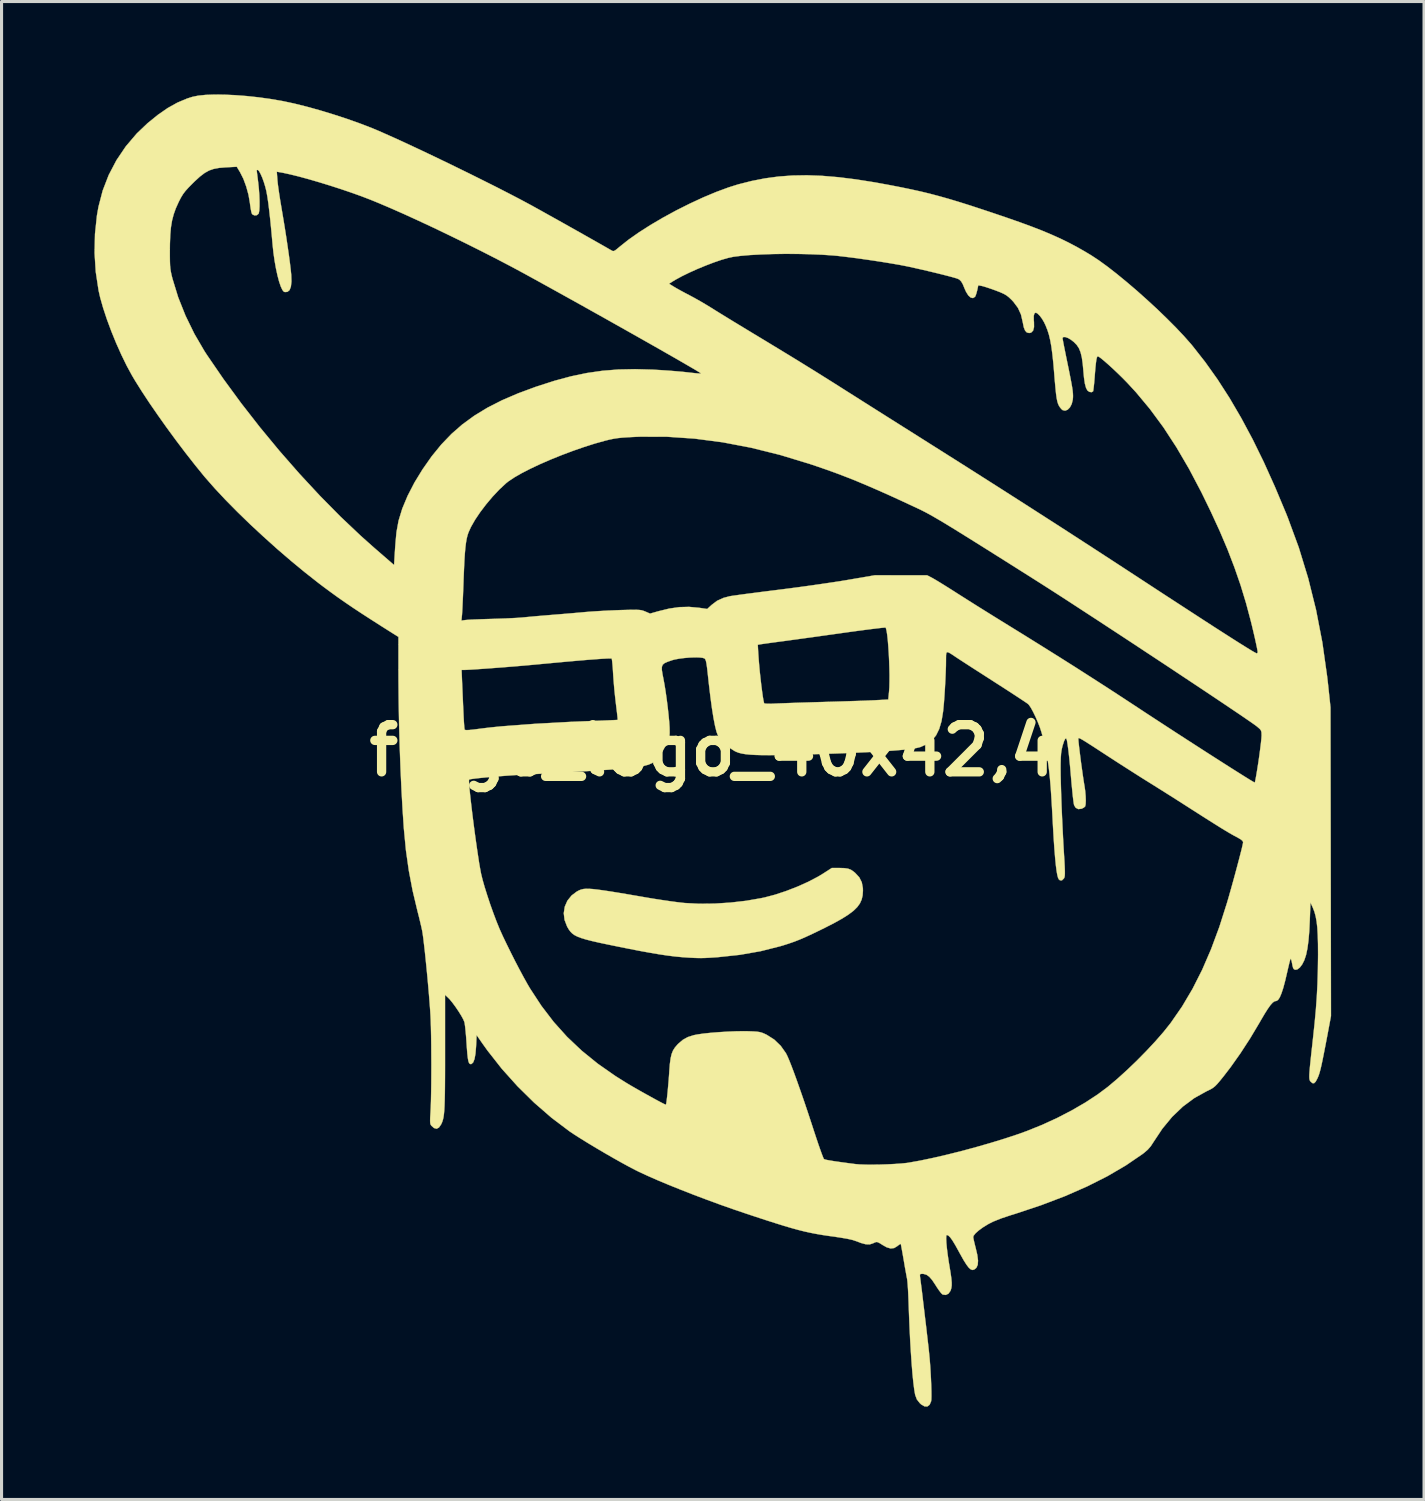
<source format=kicad_pcb>
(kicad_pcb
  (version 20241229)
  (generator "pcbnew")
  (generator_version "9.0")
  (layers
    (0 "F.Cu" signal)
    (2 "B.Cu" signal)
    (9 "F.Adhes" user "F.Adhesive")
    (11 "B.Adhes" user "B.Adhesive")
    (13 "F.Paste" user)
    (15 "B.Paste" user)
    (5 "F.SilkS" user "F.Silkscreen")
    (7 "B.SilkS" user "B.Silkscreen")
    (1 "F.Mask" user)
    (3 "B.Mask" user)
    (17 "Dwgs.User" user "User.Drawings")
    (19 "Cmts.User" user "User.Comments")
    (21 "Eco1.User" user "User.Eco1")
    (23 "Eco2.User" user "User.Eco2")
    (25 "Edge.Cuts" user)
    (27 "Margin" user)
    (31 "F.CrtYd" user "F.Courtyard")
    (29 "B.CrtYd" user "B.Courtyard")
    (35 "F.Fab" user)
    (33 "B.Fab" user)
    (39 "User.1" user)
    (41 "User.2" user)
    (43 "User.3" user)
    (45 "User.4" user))
  (footprint "figge_logo_40x42,4"
    (layer "F.Cu")
    (at 19.979 21.19)
    (property "Reference" "figge_logo_40x42,4" (at 0 0 0) (layer "F.SilkS") (effects (font (size 1.524 1.524) (thickness 0.3))))
    (attr through_hole)
    (fp_poly (pts (xy 4.241 3.799) (xy 4.359 3.816) (xy 4.453 3.851) (xy 4.542 3.912) (xy 4.592 3.954) (xy 4.725 4.098) (xy 4.805 4.257) (xy 4.84 4.447) (xy 4.842 4.531) (xy 4.832 4.678) (xy 4.801 4.812) (xy 4.745 4.937) (xy 4.659 5.056) (xy 4.538 5.175) (xy 4.378 5.296) (xy 4.176 5.425) (xy 3.925 5.565) (xy 3.622 5.721) (xy 3.465 5.798) (xy 3.207 5.923) (xy 2.99 6.023) (xy 2.801 6.105) (xy 2.625 6.174) (xy 2.449 6.235) (xy 2.258 6.296) (xy 2.176 6.32) (xy 1.539 6.481) (xy 0.865 6.599) (xy 0.165 6.674) (xy 0.094 6.679) (xy -0.101 6.692) (xy -0.252 6.7) (xy -0.378 6.703) (xy -0.497 6.702) (xy -0.63 6.697) (xy -0.784 6.689) (xy -1.001 6.674) (xy -1.228 6.652) (xy -1.471 6.622) (xy -1.739 6.582) (xy -2.039 6.531) (xy -2.38 6.469) (xy -2.769 6.393) (xy -3.057 6.335) (xy -3.398 6.265) (xy -3.683 6.205) (xy -3.918 6.151) (xy -4.109 6.102) (xy -4.262 6.055) (xy -4.382 6.009) (xy -4.477 5.96) (xy -4.55 5.906) (xy -4.609 5.846) (xy -4.66 5.776) (xy -4.707 5.695) (xy -4.713 5.684) (xy -4.795 5.471) (xy -4.82 5.255) (xy -4.788 5.045) (xy -4.704 4.852) (xy -4.568 4.683) (xy -4.407 4.561) (xy -4.352 4.53) (xy -4.299 4.505) (xy -4.242 4.486) (xy -4.177 4.472) (xy -4.099 4.466) (xy -4.001 4.467) (xy -3.881 4.475) (xy -3.731 4.492) (xy -3.548 4.517) (xy -3.326 4.55) (xy -3.061 4.593) (xy -2.746 4.646) (xy -2.377 4.709) (xy -2.148 4.749) (xy -1.901 4.79) (xy -1.647 4.829) (xy -1.402 4.865) (xy -1.181 4.895) (xy -0.997 4.917) (xy -0.909 4.926) (xy -0.448 4.95) (xy 0.049 4.945) (xy 0.56 4.912) (xy 1.068 4.854) (xy 1.551 4.77) (xy 1.662 4.747) (xy 2.003 4.657) (xy 2.363 4.538) (xy 2.726 4.397) (xy 3.073 4.241) (xy 3.385 4.078) (xy 3.548 3.98) (xy 3.837 3.794) (xy 4.08 3.794) (xy 4.241 3.799)) (stroke (width 0.01) (type solid)) (fill yes) (layer "F.SilkS"))
    (fp_poly (pts (xy -15.782 -21.182) (xy -15.433 -21.166) (xy -15.063 -21.138) (xy -14.682 -21.097) (xy -14.298 -21.044) (xy -13.918 -20.979) (xy -13.892 -20.974) (xy -13.527 -20.896) (xy -13.122 -20.795) (xy -12.69 -20.675) (xy -12.247 -20.54) (xy -11.807 -20.396) (xy -11.386 -20.246) (xy -10.998 -20.096) (xy -10.803 -20.014) (xy -10.468 -19.866) (xy -10.089 -19.695) (xy -9.676 -19.503) (xy -9.237 -19.296) (xy -8.781 -19.078) (xy -8.319 -18.854) (xy -7.857 -18.628) (xy -7.407 -18.404) (xy -6.976 -18.188) (xy -6.575 -17.982) (xy -6.212 -17.793) (xy -5.896 -17.623) (xy -5.864 -17.606) (xy -5.72 -17.526) (xy -5.535 -17.424) (xy -5.318 -17.302) (xy -5.077 -17.168) (xy -4.82 -17.024) (xy -4.557 -16.876) (xy -4.295 -16.729) (xy -4.044 -16.587) (xy -3.811 -16.455) (xy -3.606 -16.339) (xy -3.436 -16.242) (xy -3.311 -16.17) (xy -3.288 -16.157) (xy -3.244 -16.134) (xy -3.206 -16.131) (xy -3.159 -16.154) (xy -3.09 -16.208) (xy -3.021 -16.266) (xy -2.735 -16.494) (xy -2.397 -16.732) (xy -2.02 -16.973) (xy -1.613 -17.212) (xy -1.187 -17.444) (xy -0.752 -17.662) (xy -0.319 -17.863) (xy 0.101 -18.039) (xy 0.499 -18.186) (xy 0.81 -18.284) (xy 1.245 -18.394) (xy 1.678 -18.479) (xy 2.115 -18.538) (xy 2.564 -18.571) (xy 3.032 -18.579) (xy 3.524 -18.561) (xy 4.049 -18.517) (xy 4.612 -18.447) (xy 5.22 -18.351) (xy 5.707 -18.262) (xy 6.067 -18.192) (xy 6.396 -18.124) (xy 6.704 -18.056) (xy 7.003 -17.984) (xy 7.301 -17.905) (xy 7.61 -17.818) (xy 7.94 -17.719) (xy 8.302 -17.605) (xy 8.704 -17.473) (xy 9.002 -17.374) (xy 9.48 -17.212) (xy 9.904 -17.064) (xy 10.283 -16.925) (xy 10.623 -16.793) (xy 10.931 -16.664) (xy 11.216 -16.536) (xy 11.484 -16.405) (xy 11.744 -16.268) (xy 12.001 -16.122) (xy 12.214 -15.994) (xy 12.457 -15.834) (xy 12.733 -15.634) (xy 13.035 -15.399) (xy 13.354 -15.137) (xy 13.684 -14.856) (xy 14.015 -14.56) (xy 14.342 -14.259) (xy 14.655 -13.957) (xy 14.948 -13.663) (xy 15.212 -13.383) (xy 15.441 -13.124) (xy 15.481 -13.076) (xy 15.895 -12.549) (xy 16.295 -11.987) (xy 16.682 -11.386) (xy 17.059 -10.741) (xy 17.429 -10.05) (xy 17.792 -9.309) (xy 18.151 -8.512) (xy 18.509 -7.658) (xy 18.562 -7.526) (xy 18.918 -6.559) (xy 19.222 -5.566) (xy 19.476 -4.545) (xy 19.68 -3.491) (xy 19.834 -2.401) (xy 19.865 -2.132) (xy 19.943 -1.395) (xy 19.951 3.59) (xy 19.959 8.576) (xy 19.841 9.204) (xy 19.782 9.513) (xy 19.732 9.768) (xy 19.691 9.975) (xy 19.656 10.141) (xy 19.626 10.272) (xy 19.599 10.375) (xy 19.574 10.458) (xy 19.549 10.526) (xy 19.523 10.586) (xy 19.465 10.695) (xy 19.413 10.746) (xy 19.359 10.743) (xy 19.301 10.693) (xy 19.284 10.672) (xy 19.271 10.644) (xy 19.263 10.606) (xy 19.259 10.549) (xy 19.26 10.47) (xy 19.267 10.361) (xy 19.279 10.218) (xy 19.298 10.034) (xy 19.322 9.803) (xy 19.354 9.519) (xy 19.378 9.298) (xy 19.43 8.811) (xy 19.471 8.369) (xy 19.501 7.953) (xy 19.522 7.548) (xy 19.535 7.135) (xy 19.541 6.698) (xy 19.542 6.584) (xy 19.54 6.245) (xy 19.532 5.96) (xy 19.518 5.722) (xy 19.495 5.523) (xy 19.464 5.354) (xy 19.424 5.207) (xy 19.372 5.075) (xy 19.368 5.064) (xy 19.296 4.908) (xy 19.275 5.472) (xy 19.258 5.834) (xy 19.232 6.14) (xy 19.198 6.394) (xy 19.154 6.603) (xy 19.098 6.772) (xy 19.03 6.907) (xy 18.953 7.009) (xy 18.87 7.071) (xy 18.807 7.081) (xy 18.765 7.066) (xy 18.737 7.025) (xy 18.715 6.945) (xy 18.704 6.883) (xy 18.685 6.79) (xy 18.666 6.734) (xy 18.653 6.726) (xy 18.639 6.768) (xy 18.615 6.857) (xy 18.585 6.982) (xy 18.551 7.129) (xy 18.55 7.134) (xy 18.481 7.43) (xy 18.418 7.667) (xy 18.358 7.848) (xy 18.303 7.977) (xy 18.249 8.056) (xy 18.196 8.089) (xy 18.182 8.09) (xy 18.131 8.103) (xy 18.073 8.146) (xy 18.005 8.222) (xy 17.922 8.338) (xy 17.82 8.499) (xy 17.696 8.709) (xy 17.65 8.79) (xy 17.348 9.296) (xy 17.033 9.781) (xy 16.716 10.229) (xy 16.495 10.516) (xy 16.38 10.659) (xy 16.292 10.762) (xy 16.221 10.836) (xy 16.154 10.891) (xy 16.08 10.937) (xy 15.989 10.983) (xy 15.941 11.005) (xy 15.545 11.225) (xy 15.174 11.501) (xy 14.828 11.832) (xy 14.512 12.215) (xy 14.233 12.635) (xy 14.14 12.778) (xy 14.042 12.891) (xy 13.918 12.998) (xy 13.869 13.035) (xy 13.334 13.4) (xy 12.739 13.748) (xy 12.084 14.078) (xy 11.371 14.391) (xy 10.598 14.685) (xy 9.767 14.962) (xy 9.626 15.005) (xy 9.305 15.112) (xy 9.044 15.217) (xy 8.891 15.295) (xy 8.723 15.398) (xy 8.582 15.501) (xy 8.477 15.594) (xy 8.416 15.673) (xy 8.404 15.714) (xy 8.412 15.767) (xy 8.433 15.864) (xy 8.463 15.988) (xy 8.482 16.061) (xy 8.536 16.293) (xy 8.559 16.475) (xy 8.55 16.609) (xy 8.51 16.7) (xy 8.498 16.714) (xy 8.44 16.761) (xy 8.384 16.778) (xy 8.326 16.76) (xy 8.261 16.704) (xy 8.185 16.604) (xy 8.093 16.458) (xy 7.982 16.26) (xy 7.935 16.174) (xy 7.825 15.975) (xy 7.736 15.828) (xy 7.664 15.728) (xy 7.606 15.67) (xy 7.557 15.648) (xy 7.549 15.648) (xy 7.534 15.677) (xy 7.53 15.761) (xy 7.536 15.892) (xy 7.552 16.063) (xy 7.577 16.266) (xy 7.61 16.494) (xy 7.636 16.651) (xy 7.673 16.874) (xy 7.697 17.046) (xy 7.709 17.178) (xy 7.709 17.279) (xy 7.698 17.36) (xy 7.677 17.432) (xy 7.669 17.451) (xy 7.605 17.542) (xy 7.518 17.584) (xy 7.423 17.572) (xy 7.41 17.565) (xy 7.368 17.526) (xy 7.306 17.446) (xy 7.232 17.338) (xy 7.186 17.265) (xy 7.079 17.104) (xy 6.985 16.996) (xy 6.893 16.931) (xy 6.796 16.904) (xy 6.755 16.902) (xy 6.701 16.907) (xy 6.682 16.934) (xy 6.686 17) (xy 6.689 17.02) (xy 6.699 17.092) (xy 6.715 17.218) (xy 6.737 17.387) (xy 6.762 17.592) (xy 6.789 17.824) (xy 6.819 18.072) (xy 6.849 18.328) (xy 6.88 18.583) (xy 6.908 18.828) (xy 6.934 19.055) (xy 6.957 19.252) (xy 6.974 19.413) (xy 6.977 19.442) (xy 6.996 19.636) (xy 7.013 19.85) (xy 7.027 20.074) (xy 7.039 20.296) (xy 7.048 20.507) (xy 7.053 20.696) (xy 7.054 20.852) (xy 7.051 20.965) (xy 7.044 21.019) (xy 6.996 21.13) (xy 6.923 21.186) (xy 6.832 21.183) (xy 6.727 21.123) (xy 6.68 21.08) (xy 6.585 20.96) (xy 6.532 20.819) (xy 6.527 20.8) (xy 6.499 20.636) (xy 6.471 20.415) (xy 6.443 20.141) (xy 6.417 19.819) (xy 6.392 19.454) (xy 6.368 19.051) (xy 6.347 18.614) (xy 6.328 18.149) (xy 6.317 17.827) (xy 6.309 17.625) (xy 6.3 17.435) (xy 6.289 17.269) (xy 6.278 17.141) (xy 6.268 17.062) (xy 6.267 17.059) (xy 6.251 16.978) (xy 6.228 16.85) (xy 6.199 16.691) (xy 6.169 16.514) (xy 6.155 16.432) (xy 6.126 16.265) (xy 6.1 16.121) (xy 6.08 16.012) (xy 6.067 15.947) (xy 6.063 15.934) (xy 6.037 15.944) (xy 5.98 15.985) (xy 5.957 16.004) (xy 5.851 16.069) (xy 5.739 16.083) (xy 5.611 16.046) (xy 5.488 15.977) (xy 5.388 15.914) (xy 5.322 15.88) (xy 5.273 15.874) (xy 5.221 15.891) (xy 5.168 15.917) (xy 5.061 15.951) (xy 4.933 15.947) (xy 4.774 15.904) (xy 4.657 15.858) (xy 4.518 15.811) (xy 4.33 15.768) (xy 4.085 15.727) (xy 3.982 15.712) (xy 3.747 15.679) (xy 3.534 15.647) (xy 3.336 15.613) (xy 3.146 15.576) (xy 2.954 15.534) (xy 2.755 15.484) (xy 2.54 15.425) (xy 2.302 15.355) (xy 2.033 15.271) (xy 1.725 15.173) (xy 1.371 15.057) (xy 1.082 14.961) (xy 0.668 14.821) (xy 0.242 14.671) (xy -0.189 14.513) (xy -0.616 14.352) (xy -1.03 14.19) (xy -1.423 14.032) (xy -1.786 13.88) (xy -2.111 13.737) (xy -2.388 13.609) (xy -2.509 13.549) (xy -2.712 13.443) (xy -2.95 13.313) (xy -3.21 13.167) (xy -3.483 13.01) (xy -3.755 12.85) (xy -4.018 12.692) (xy -4.258 12.544) (xy -4.466 12.412) (xy -4.63 12.303) (xy -4.635 12.299) (xy -5.213 11.863) (xy -5.776 11.374) (xy -6.316 10.842) (xy -6.823 10.277) (xy -7.286 9.688) (xy -7.448 9.461) (xy -7.636 9.19) (xy -7.653 9.557) (xy -7.672 9.791) (xy -7.703 9.963) (xy -7.747 10.075) (xy -7.803 10.125) (xy -7.825 10.129) (xy -7.856 10.12) (xy -7.881 10.089) (xy -7.902 10.029) (xy -7.919 9.932) (xy -7.935 9.792) (xy -7.95 9.601) (xy -7.961 9.439) (xy -7.974 9.25) (xy -7.99 9.076) (xy -8.005 8.928) (xy -8.02 8.819) (xy -8.029 8.772) (xy -8.066 8.683) (xy -8.133 8.561) (xy -8.221 8.42) (xy -8.319 8.276) (xy -8.417 8.143) (xy -8.506 8.035) (xy -8.542 7.998) (xy -8.655 7.89) (xy -8.655 9.74) (xy -8.655 10.158) (xy -8.656 10.518) (xy -8.658 10.825) (xy -8.661 11.084) (xy -8.666 11.3) (xy -8.672 11.479) (xy -8.68 11.625) (xy -8.691 11.743) (xy -8.704 11.838) (xy -8.721 11.915) (xy -8.74 11.979) (xy -8.763 12.036) (xy -8.782 12.076) (xy -8.852 12.177) (xy -8.927 12.216) (xy -9.011 12.193) (xy -9.099 12.115) (xy -9.12 12.083) (xy -9.133 12.037) (xy -9.137 11.966) (xy -9.135 11.858) (xy -9.125 11.701) (xy -9.124 11.681) (xy -9.116 11.52) (xy -9.109 11.307) (xy -9.104 11.052) (xy -9.1 10.764) (xy -9.098 10.454) (xy -9.097 10.133) (xy -9.099 9.81) (xy -9.101 9.495) (xy -9.105 9.199) (xy -9.111 8.932) (xy -9.118 8.705) (xy -9.124 8.576) (xy -9.136 8.382) (xy -9.153 8.149) (xy -9.174 7.889) (xy -9.198 7.611) (xy -9.224 7.323) (xy -9.252 7.034) (xy -9.28 6.755) (xy -9.307 6.494) (xy -9.334 6.26) (xy -9.357 6.064) (xy -9.378 5.913) (xy -9.391 5.833) (xy -9.417 5.71) (xy -9.455 5.548) (xy -9.499 5.366) (xy -9.545 5.186) (xy -9.548 5.174) (xy -9.703 4.521) (xy -9.825 3.879) (xy -9.918 3.223) (xy -9.984 2.532) (xy -9.986 2.507) (xy -10.026 1.911) (xy -10.062 1.266) (xy -10.075 0.977) (xy -7.883 0.977) (xy -7.879 1.069) (xy -7.868 1.208) (xy -7.85 1.388) (xy -7.827 1.601) (xy -7.799 1.84) (xy -7.768 2.097) (xy -7.734 2.366) (xy -7.698 2.639) (xy -7.661 2.908) (xy -7.624 3.168) (xy -7.588 3.409) (xy -7.555 3.626) (xy -7.523 3.81) (xy -7.496 3.955) (xy -7.491 3.98) (xy -7.443 4.176) (xy -7.375 4.415) (xy -7.291 4.682) (xy -7.198 4.963) (xy -7.098 5.243) (xy -6.998 5.509) (xy -6.902 5.745) (xy -6.884 5.786) (xy -6.789 5.997) (xy -6.671 6.243) (xy -6.539 6.511) (xy -6.4 6.787) (xy -6.259 7.058) (xy -6.124 7.31) (xy -6.002 7.529) (xy -5.912 7.683) (xy -5.543 8.247) (xy -5.146 8.766) (xy -4.714 9.247) (xy -4.242 9.694) (xy -3.723 10.115) (xy -3.152 10.514) (xy -2.803 10.733) (xy -2.671 10.812) (xy -2.517 10.901) (xy -2.349 10.997) (xy -2.176 11.094) (xy -2.006 11.188) (xy -1.85 11.274) (xy -1.714 11.347) (xy -1.608 11.402) (xy -1.541 11.434) (xy -1.521 11.441) (xy -1.511 11.403) (xy -1.498 11.313) (xy -1.482 11.18) (xy -1.465 11.016) (xy -1.448 10.829) (xy -1.431 10.63) (xy -1.416 10.43) (xy -1.412 10.357) (xy -1.394 10.126) (xy -1.37 9.947) (xy -1.338 9.807) (xy -1.293 9.693) (xy -1.231 9.594) (xy -1.148 9.497) (xy -1.119 9.468) (xy -0.974 9.344) (xy -0.815 9.256) (xy -0.625 9.195) (xy -0.504 9.171) (xy -0.312 9.143) (xy -0.074 9.118) (xy 0.191 9.097) (xy 0.467 9.08) (xy 0.737 9.069) (xy 0.983 9.065) (xy 1.131 9.067) (xy 1.298 9.073) (xy 1.419 9.081) (xy 1.51 9.095) (xy 1.589 9.117) (xy 1.671 9.152) (xy 1.736 9.183) (xy 1.977 9.336) (xy 2.186 9.537) (xy 2.354 9.774) (xy 2.397 9.859) (xy 2.454 9.989) (xy 2.527 10.172) (xy 2.615 10.404) (xy 2.714 10.677) (xy 2.823 10.986) (xy 2.94 11.324) (xy 3.062 11.686) (xy 3.187 12.065) (xy 3.257 12.281) (xy 3.331 12.505) (xy 3.4 12.711) (xy 3.463 12.89) (xy 3.515 13.034) (xy 3.555 13.137) (xy 3.579 13.189) (xy 3.582 13.194) (xy 3.612 13.207) (xy 3.673 13.223) (xy 3.772 13.241) (xy 3.912 13.264) (xy 4.1 13.291) (xy 4.341 13.324) (xy 4.594 13.357) (xy 4.735 13.369) (xy 4.923 13.376) (xy 5.146 13.377) (xy 5.387 13.374) (xy 5.634 13.366) (xy 5.871 13.354) (xy 6.084 13.339) (xy 6.26 13.321) (xy 6.313 13.313) (xy 6.689 13.246) (xy 7.109 13.158) (xy 7.562 13.053) (xy 8.033 12.935) (xy 8.509 12.806) (xy 8.978 12.671) (xy 9.427 12.533) (xy 9.842 12.396) (xy 10.144 12.287) (xy 10.635 12.089) (xy 11.12 11.866) (xy 11.588 11.623) (xy 12.028 11.368) (xy 12.427 11.106) (xy 12.747 10.867) (xy 13.05 10.612) (xy 13.365 10.327) (xy 13.684 10.022) (xy 13.994 9.707) (xy 14.286 9.394) (xy 14.548 9.094) (xy 14.769 8.817) (xy 14.785 8.796) (xy 15.148 8.272) (xy 15.485 7.703) (xy 15.798 7.085) (xy 16.087 6.416) (xy 16.355 5.693) (xy 16.6 4.923) (xy 16.662 4.711) (xy 16.727 4.481) (xy 16.794 4.241) (xy 16.86 4) (xy 16.923 3.765) (xy 16.981 3.546) (xy 17.032 3.349) (xy 17.074 3.185) (xy 17.103 3.059) (xy 17.119 2.982) (xy 17.121 2.964) (xy 17.105 2.922) (xy 17.049 2.873) (xy 16.946 2.812) (xy 16.889 2.781) (xy 16.818 2.744) (xy 16.738 2.699) (xy 16.645 2.645) (xy 16.533 2.578) (xy 16.399 2.496) (xy 16.236 2.394) (xy 16.04 2.271) (xy 15.807 2.123) (xy 15.531 1.947) (xy 15.208 1.74) (xy 15.177 1.72) (xy 14.957 1.58) (xy 14.711 1.424) (xy 14.46 1.266) (xy 14.223 1.117) (xy 14.019 0.99) (xy 14.017 0.989) (xy 13.835 0.875) (xy 13.615 0.735) (xy 13.372 0.58) (xy 13.12 0.419) (xy 12.876 0.261) (xy 12.716 0.157) (xy 12.475 -0.000235) (xy 12.282 -0.126) (xy 12.13 -0.223) (xy 12.015 -0.296) (xy 11.931 -0.347) (xy 11.873 -0.379) (xy 11.836 -0.397) (xy 11.814 -0.401) (xy 11.802 -0.398) (xy 11.8 -0.396) (xy 11.799 -0.362) (xy 11.806 -0.275) (xy 11.82 -0.146) (xy 11.839 0.015) (xy 11.862 0.199) (xy 11.887 0.396) (xy 11.915 0.596) (xy 11.942 0.789) (xy 11.968 0.965) (xy 11.992 1.114) (xy 11.998 1.145) (xy 12.021 1.307) (xy 12.035 1.469) (xy 12.04 1.616) (xy 12.035 1.732) (xy 12.02 1.803) (xy 12.017 1.809) (xy 11.972 1.847) (xy 11.906 1.88) (xy 11.799 1.893) (xy 11.714 1.849) (xy 11.663 1.766) (xy 11.652 1.713) (xy 11.637 1.607) (xy 11.619 1.458) (xy 11.601 1.276) (xy 11.581 1.072) (xy 11.57 0.945) (xy 11.538 0.572) (xy 11.508 0.26) (xy 11.48 0.007) (xy 11.454 -0.187) (xy 11.431 -0.326) (xy 11.427 -0.342) (xy 11.406 -0.391) (xy 11.376 -0.379) (xy 11.339 -0.305) (xy 11.295 -0.171) (xy 11.285 -0.137) (xy 11.26 -0.027) (xy 11.242 0.094) (xy 11.232 0.24) (xy 11.227 0.425) (xy 11.226 0.552) (xy 11.228 0.799) (xy 11.235 1.097) (xy 11.245 1.436) (xy 11.258 1.805) (xy 11.275 2.193) (xy 11.294 2.589) (xy 11.314 2.983) (xy 11.335 3.339) (xy 11.35 3.574) (xy 11.359 3.754) (xy 11.364 3.888) (xy 11.364 3.984) (xy 11.36 4.051) (xy 11.351 4.095) (xy 11.337 4.126) (xy 11.334 4.131) (xy 11.272 4.192) (xy 11.208 4.193) (xy 11.17 4.163) (xy 11.144 4.111) (xy 11.12 4.02) (xy 11.096 3.884) (xy 11.073 3.703) (xy 11.05 3.472) (xy 11.027 3.19) (xy 11.004 2.854) (xy 10.981 2.46) (xy 10.959 2.042) (xy 10.934 1.608) (xy 10.909 1.228) (xy 10.881 0.893) (xy 10.849 0.595) (xy 10.812 0.325) (xy 10.769 0.075) (xy 10.719 -0.165) (xy 10.66 -0.403) (xy 10.612 -0.58) (xy 10.561 -0.738) (xy 10.494 -0.91) (xy 10.419 -1.083) (xy 10.342 -1.243) (xy 10.269 -1.377) (xy 10.205 -1.471) (xy 10.18 -1.499) (xy 10.139 -1.529) (xy 10.052 -1.588) (xy 9.924 -1.673) (xy 9.761 -1.78) (xy 9.571 -1.904) (xy 9.359 -2.041) (xy 9.131 -2.187) (xy 9.094 -2.211) (xy 8.856 -2.364) (xy 8.626 -2.512) (xy 8.41 -2.65) (xy 8.217 -2.775) (xy 8.055 -2.88) (xy 7.929 -2.962) (xy 7.849 -3.015) (xy 7.847 -3.016) (xy 7.712 -3.107) (xy 7.621 -3.162) (xy 7.566 -3.179) (xy 7.537 -3.154) (xy 7.527 -3.084) (xy 7.525 -2.967) (xy 7.525 -2.912) (xy 7.523 -2.734) (xy 7.515 -2.514) (xy 7.504 -2.267) (xy 7.49 -2.01) (xy 7.474 -1.759) (xy 7.457 -1.529) (xy 7.439 -1.337) (xy 7.43 -1.254) (xy 7.38 -0.948) (xy 7.305 -0.695) (xy 7.204 -0.49) (xy 7.072 -0.329) (xy 6.905 -0.205) (xy 6.701 -0.113) (xy 6.695 -0.111) (xy 6.574 -0.081) (xy 6.39 -0.052) (xy 6.143 -0.024) (xy 5.835 0.002) (xy 5.464 0.027) (xy 5.031 0.051) (xy 4.537 0.074) (xy 3.981 0.096) (xy 3.364 0.116) (xy 2.9 0.129) (xy 2.489 0.14) (xy 2.136 0.147) (xy 1.835 0.15) (xy 1.581 0.149) (xy 1.369 0.143) (xy 1.193 0.133) (xy 1.048 0.118) (xy 0.929 0.098) (xy 0.831 0.073) (xy 0.749 0.042) (xy 0.696 0.016) (xy 0.53 -0.09) (xy 0.375 -0.217) (xy 0.247 -0.35) (xy 0.162 -0.476) (xy 0.159 -0.482) (xy 0.112 -0.608) (xy 0.065 -0.797) (xy 0.016 -1.049) (xy -0.034 -1.363) (xy -0.085 -1.739) (xy -0.137 -2.178) (xy -0.171 -2.492) (xy -0.192 -2.676) (xy -0.211 -2.807) (xy -0.229 -2.894) (xy -0.251 -2.947) (xy -0.273 -2.973) (xy -0.337 -2.994) (xy -0.448 -3.006) (xy -0.594 -3.008) (xy -0.76 -3.002) (xy -0.932 -2.987) (xy -1.097 -2.966) (xy -1.24 -2.939) (xy -1.317 -2.918) (xy -1.462 -2.868) (xy -1.562 -2.824) (xy -1.624 -2.772) (xy -1.652 -2.702) (xy -1.653 -2.603) (xy -1.631 -2.463) (xy -1.602 -2.316) (xy -1.567 -2.127) (xy -1.531 -1.902) (xy -1.496 -1.655) (xy -1.464 -1.402) (xy -1.437 -1.157) (xy -1.416 -0.937) (xy -1.404 -0.757) (xy -1.402 -0.692) (xy -1.401 -0.564) (xy -1.407 -0.469) (xy -1.427 -0.386) (xy -1.465 -0.294) (xy -1.526 -0.17) (xy -1.533 -0.157) (xy -1.644 0.05) (xy -1.745 0.207) (xy -1.847 0.321) (xy -1.959 0.403) (xy -2.092 0.46) (xy -2.256 0.501) (xy -2.336 0.515) (xy -2.453 0.533) (xy -2.59 0.551) (xy -2.75 0.568) (xy -2.938 0.586) (xy -3.157 0.604) (xy -3.411 0.623) (xy -3.703 0.643) (xy -4.037 0.664) (xy -4.418 0.687) (xy -4.848 0.711) (xy -5.331 0.738) (xy -5.871 0.767) (xy -6.178 0.783) (xy -6.4 0.795) (xy -6.634 0.811) (xy -6.87 0.829) (xy -7.101 0.848) (xy -7.317 0.867) (xy -7.51 0.886) (xy -7.671 0.904) (xy -7.792 0.92) (xy -7.863 0.933) (xy -7.878 0.939) (xy -7.883 0.977) (xy -10.075 0.977) (xy -10.093 0.584) (xy -10.119 -0.121) (xy -10.139 -0.837) (xy -10.152 -1.55) (xy -10.159 -2.248) (xy -10.16 -2.575) (xy -10.16 -2.603) (xy -8.121 -2.603) (xy -8.103 -2.172) (xy -8.088 -1.82) (xy -8.075 -1.526) (xy -8.064 -1.285) (xy -8.055 -1.092) (xy -8.047 -0.942) (xy -8.039 -0.83) (xy -8.033 -0.752) (xy -8.027 -0.702) (xy -8.022 -0.675) (xy -8.019 -0.67) (xy -7.978 -0.659) (xy -7.877 -0.662) (xy -7.717 -0.679) (xy -7.608 -0.693) (xy -7.407 -0.719) (xy -7.176 -0.746) (xy -6.95 -0.769) (xy -6.814 -0.782) (xy -5.737 -0.863) (xy -4.602 -0.925) (xy -4.092 -0.946) (xy -3.848 -0.955) (xy -3.625 -0.964) (xy -3.43 -0.972) (xy -3.271 -0.979) (xy -3.155 -0.984) (xy -3.091 -0.988) (xy -3.08 -0.989) (xy -3.08 -1.021) (xy -3.088 -1.104) (xy -3.102 -1.229) (xy -3.121 -1.384) (xy -3.135 -1.502) (xy -3.161 -1.725) (xy -3.187 -1.974) (xy -3.208 -2.224) (xy -3.224 -2.444) (xy -3.226 -2.478) (xy -3.236 -2.644) (xy -3.248 -2.787) (xy -3.259 -2.896) (xy -3.269 -2.959) (xy -3.273 -2.97) (xy -3.312 -2.974) (xy -3.41 -2.972) (xy -3.567 -2.964) (xy -3.779 -2.949) (xy -4.045 -2.929) (xy -4.362 -2.902) (xy -4.727 -2.87) (xy -5.139 -2.832) (xy -5.579 -2.791) (xy -5.825 -2.768) (xy -6.093 -2.744) (xy -6.374 -2.72) (xy -6.659 -2.697) (xy -6.941 -2.675) (xy -7.21 -2.655) (xy -7.457 -2.637) (xy -7.674 -2.622) (xy -7.853 -2.611) (xy -7.985 -2.604) (xy -8.049 -2.603) (xy -8.121 -2.603) (xy -10.16 -2.603) (xy -10.16 -3.416) (xy 1.446 -3.416) (xy 1.461 -3.143) (xy 1.474 -2.959) (xy 1.491 -2.754) (xy 1.511 -2.538) (xy 1.535 -2.319) (xy 1.559 -2.109) (xy 1.584 -1.916) (xy 1.607 -1.751) (xy 1.628 -1.624) (xy 1.646 -1.544) (xy 1.654 -1.524) (xy 1.69 -1.515) (xy 1.776 -1.51) (xy 1.897 -1.511) (xy 2.019 -1.516) (xy 2.13 -1.521) (xy 2.295 -1.527) (xy 2.503 -1.535) (xy 2.745 -1.543) (xy 3.013 -1.551) (xy 3.296 -1.56) (xy 3.585 -1.568) (xy 3.606 -1.569) (xy 3.899 -1.577) (xy 4.189 -1.586) (xy 4.466 -1.595) (xy 4.721 -1.603) (xy 4.943 -1.611) (xy 5.122 -1.619) (xy 5.249 -1.624) (xy 5.252 -1.625) (xy 5.66 -1.646) (xy 5.685 -1.897) (xy 5.696 -2.047) (xy 5.7 -2.232) (xy 5.701 -2.442) (xy 5.696 -2.669) (xy 5.688 -2.903) (xy 5.677 -3.135) (xy 5.662 -3.357) (xy 5.646 -3.557) (xy 5.627 -3.729) (xy 5.607 -3.861) (xy 5.586 -3.946) (xy 5.574 -3.97) (xy 5.539 -3.97) (xy 5.449 -3.962) (xy 5.31 -3.946) (xy 5.128 -3.924) (xy 4.909 -3.896) (xy 4.66 -3.863) (xy 4.388 -3.826) (xy 4.195 -3.799) (xy 3.883 -3.755) (xy 3.566 -3.711) (xy 3.255 -3.667) (xy 2.961 -3.627) (xy 2.694 -3.59) (xy 2.466 -3.559) (xy 2.285 -3.534) (xy 2.242 -3.529) (xy 2.049 -3.503) (xy 1.871 -3.479) (xy 1.72 -3.458) (xy 1.607 -3.442) (xy 1.546 -3.433) (xy 1.446 -3.416) (xy -10.16 -3.416) (xy -10.16 -3.67) (xy -10.325 -3.773) (xy -10.716 -4.02) (xy -10.991 -4.196) (xy -8.126 -4.196) (xy -8.006 -4.213) (xy -7.941 -4.219) (xy -7.824 -4.226) (xy -7.665 -4.233) (xy -7.475 -4.24) (xy -7.265 -4.247) (xy -7.15 -4.25) (xy -6.922 -4.257) (xy -6.698 -4.265) (xy -6.492 -4.275) (xy -6.316 -4.284) (xy -6.184 -4.294) (xy -6.146 -4.297) (xy -6.027 -4.309) (xy -5.862 -4.324) (xy -5.666 -4.342) (xy -5.455 -4.359) (xy -5.268 -4.375) (xy -5.03 -4.394) (xy -4.768 -4.416) (xy -4.506 -4.438) (xy -4.267 -4.459) (xy -4.139 -4.471) (xy -3.933 -4.487) (xy -3.686 -4.503) (xy -3.421 -4.518) (xy -3.161 -4.529) (xy -2.979 -4.536) (xy -2.761 -4.542) (xy -2.595 -4.545) (xy -2.472 -4.544) (xy -2.381 -4.54) (xy -2.313 -4.531) (xy -2.258 -4.516) (xy -2.205 -4.496) (xy -2.185 -4.488) (xy -2.034 -4.422) (xy -1.762 -4.499) (xy -1.409 -4.585) (xy -1.086 -4.631) (xy -0.774 -4.639) (xy -0.454 -4.61) (xy -0.424 -4.606) (xy -0.188 -4.571) (xy -0.046 -4.701) (xy 0.132 -4.836) (xy 0.337 -4.929) (xy 0.536 -4.982) (xy 0.602 -4.993) (xy 0.724 -5.01) (xy 0.893 -5.034) (xy 1.102 -5.062) (xy 1.345 -5.093) (xy 1.613 -5.128) (xy 1.901 -5.164) (xy 2.101 -5.189) (xy 2.432 -5.231) (xy 2.779 -5.277) (xy 3.129 -5.325) (xy 3.47 -5.374) (xy 3.79 -5.421) (xy 4.075 -5.464) (xy 4.313 -5.503) (xy 4.359 -5.511) (xy 5.221 -5.659) (xy 6.068 -5.66) (xy 6.914 -5.66) (xy 7.087 -5.57) (xy 7.164 -5.526) (xy 7.283 -5.455) (xy 7.434 -5.362) (xy 7.607 -5.254) (xy 7.792 -5.137) (xy 7.871 -5.086) (xy 8.054 -4.97) (xy 8.278 -4.828) (xy 8.53 -4.669) (xy 8.798 -4.502) (xy 9.069 -4.333) (xy 9.331 -4.171) (xy 9.423 -4.114) (xy 10.05 -3.727) (xy 10.633 -3.364) (xy 11.182 -3.02) (xy 11.708 -2.688) (xy 12.22 -2.36) (xy 12.73 -2.032) (xy 13.247 -1.695) (xy 13.719 -1.385) (xy 14.027 -1.182) (xy 14.346 -0.974) (xy 14.671 -0.762) (xy 14.998 -0.549) (xy 15.323 -0.339) (xy 15.641 -0.134) (xy 15.947 0.063) (xy 16.239 0.25) (xy 16.51 0.423) (xy 16.758 0.581) (xy 16.977 0.719) (xy 17.163 0.836) (xy 17.313 0.929) (xy 17.421 0.994) (xy 17.483 1.029) (xy 17.497 1.035) (xy 17.507 1.005) (xy 17.524 0.922) (xy 17.547 0.795) (xy 17.574 0.633) (xy 17.604 0.443) (xy 17.618 0.353) (xy 17.648 0.142) (xy 17.674 -0.058) (xy 17.696 -0.235) (xy 17.711 -0.378) (xy 17.718 -0.475) (xy 17.718 -0.493) (xy 17.715 -0.583) (xy 17.7 -0.643) (xy 17.661 -0.696) (xy 17.588 -0.759) (xy 17.553 -0.788) (xy 17.483 -0.839) (xy 17.365 -0.922) (xy 17.202 -1.034) (xy 16.999 -1.173) (xy 16.758 -1.335) (xy 16.485 -1.519) (xy 16.182 -1.722) (xy 15.854 -1.941) (xy 15.505 -2.173) (xy 15.139 -2.416) (xy 14.76 -2.668) (xy 14.371 -2.925) (xy 13.976 -3.185) (xy 13.58 -3.447) (xy 13.186 -3.706) (xy 12.798 -3.96) (xy 12.42 -4.208) (xy 12.056 -4.445) (xy 11.711 -4.67) (xy 11.387 -4.881) (xy 11.088 -5.074) (xy 10.82 -5.246) (xy 10.585 -5.396) (xy 10.489 -5.457) (xy 9.991 -5.772) (xy 9.543 -6.055) (xy 9.141 -6.308) (xy 8.782 -6.534) (xy 8.464 -6.733) (xy 8.182 -6.909) (xy 7.934 -7.063) (xy 7.717 -7.197) (xy 7.527 -7.313) (xy 7.361 -7.413) (xy 7.215 -7.498) (xy 7.088 -7.572) (xy 6.975 -7.635) (xy 6.873 -7.69) (xy 6.779 -7.738) (xy 6.69 -7.783) (xy 6.602 -7.824) (xy 6.585 -7.832) (xy 6.117 -8.05) (xy 5.696 -8.243) (xy 5.314 -8.413) (xy 4.963 -8.565) (xy 4.634 -8.703) (xy 4.32 -8.828) (xy 4.011 -8.946) (xy 3.7 -9.059) (xy 3.379 -9.17) (xy 3.13 -9.254) (xy 2.17 -9.546) (xy 1.228 -9.78) (xy 0.304 -9.956) (xy -0.601 -10.074) (xy -1.485 -10.134) (xy -2.349 -10.136) (xy -2.509 -10.13) (xy -2.74 -10.118) (xy -2.924 -10.106) (xy -3.075 -10.09) (xy -3.208 -10.07) (xy -3.338 -10.043) (xy -3.481 -10.008) (xy -3.481 -10.008) (xy -3.821 -9.913) (xy -4.175 -9.8) (xy -4.537 -9.674) (xy -4.897 -9.538) (xy -5.249 -9.396) (xy -5.584 -9.25) (xy -5.894 -9.104) (xy -6.172 -8.962) (xy -6.409 -8.826) (xy -6.598 -8.701) (xy -6.685 -8.632) (xy -6.903 -8.429) (xy -7.121 -8.197) (xy -7.329 -7.95) (xy -7.521 -7.697) (xy -7.687 -7.45) (xy -7.818 -7.22) (xy -7.9 -7.039) (xy -7.931 -6.945) (xy -7.957 -6.837) (xy -7.979 -6.709) (xy -7.998 -6.553) (xy -8.015 -6.363) (xy -8.03 -6.131) (xy -8.043 -5.851) (xy -8.057 -5.516) (xy -8.058 -5.472) (xy -8.067 -5.229) (xy -8.076 -4.997) (xy -8.086 -4.787) (xy -8.094 -4.609) (xy -8.102 -4.471) (xy -8.107 -4.385) (xy -8.108 -4.379) (xy -8.126 -4.196) (xy -10.991 -4.196) (xy -11.06 -4.24) (xy -11.366 -4.438) (xy -11.641 -4.62) (xy -11.892 -4.791) (xy -12.127 -4.955) (xy -12.353 -5.119) (xy -12.579 -5.286) (xy -12.748 -5.414) (xy -13.181 -5.755) (xy -13.626 -6.122) (xy -14.075 -6.508) (xy -14.518 -6.906) (xy -14.95 -7.307) (xy -15.361 -7.706) (xy -15.744 -8.094) (xy -16.091 -8.465) (xy -16.394 -8.81) (xy -16.438 -8.862) (xy -16.733 -9.225) (xy -17.037 -9.613) (xy -17.342 -10.016) (xy -17.643 -10.426) (xy -17.931 -10.832) (xy -18.202 -11.225) (xy -18.447 -11.597) (xy -18.66 -11.936) (xy -18.764 -12.111) (xy -18.937 -12.429) (xy -19.109 -12.782) (xy -19.277 -13.158) (xy -19.434 -13.543) (xy -19.576 -13.926) (xy -19.697 -14.292) (xy -19.793 -14.629) (xy -19.846 -14.864) (xy -19.936 -15.459) (xy -19.968 -15.965) (xy -17.543 -15.965) (xy -17.541 -15.798) (xy -17.536 -15.667) (xy -17.526 -15.559) (xy -17.51 -15.459) (xy -17.488 -15.354) (xy -17.457 -15.232) (xy -17.455 -15.226) (xy -17.274 -14.637) (xy -17.038 -14.045) (xy -16.753 -13.461) (xy -16.424 -12.897) (xy -16.345 -12.776) (xy -15.811 -11.997) (xy -15.238 -11.215) (xy -14.633 -10.439) (xy -14.003 -9.677) (xy -13.355 -8.937) (xy -12.697 -8.228) (xy -12.035 -7.557) (xy -11.377 -6.934) (xy -10.96 -6.562) (xy -10.301 -5.991) (xy -10.278 -6.374) (xy -10.266 -6.561) (xy -10.25 -6.762) (xy -10.233 -6.948) (xy -10.223 -7.054) (xy -10.156 -7.422) (xy -10.036 -7.814) (xy -9.863 -8.227) (xy -9.641 -8.657) (xy -9.381 -9.081) (xy -9.086 -9.502) (xy -8.777 -9.881) (xy -8.448 -10.224) (xy -8.094 -10.534) (xy -7.708 -10.815) (xy -7.284 -11.073) (xy -6.817 -11.311) (xy -6.299 -11.534) (xy -5.726 -11.746) (xy -5.683 -11.76) (xy -5.118 -11.942) (xy -4.587 -12.085) (xy -4.075 -12.192) (xy -3.569 -12.265) (xy -3.055 -12.306) (xy -2.517 -12.317) (xy -1.943 -12.301) (xy -1.907 -12.299) (xy -1.672 -12.285) (xy -1.429 -12.269) (xy -1.195 -12.25) (xy -0.987 -12.232) (xy -0.822 -12.214) (xy -0.805 -12.212) (xy -0.653 -12.195) (xy -0.525 -12.182) (xy -0.433 -12.176) (xy -0.389 -12.176) (xy -0.387 -12.177) (xy -0.41 -12.196) (xy -0.484 -12.242) (xy -0.605 -12.315) (xy -0.77 -12.411) (xy -0.973 -12.529) (xy -1.212 -12.667) (xy -1.482 -12.821) (xy -1.779 -12.991) (xy -2.1 -13.173) (xy -2.441 -13.366) (xy -2.797 -13.567) (xy -3.165 -13.774) (xy -3.541 -13.986) (xy -3.921 -14.198) (xy -4.301 -14.411) (xy -4.677 -14.62) (xy -5.046 -14.825) (xy -5.402 -15.022) (xy -5.5 -15.076) (xy -1.421 -15.076) (xy -1.267 -14.981) (xy -1.176 -14.927) (xy -1.048 -14.856) (xy -0.9 -14.776) (xy -0.768 -14.707) (xy -0.602 -14.618) (xy -0.407 -14.508) (xy -0.211 -14.392) (xy -0.047 -14.292) (xy 0.071 -14.218) (xy 0.234 -14.117) (xy 0.431 -13.996) (xy 0.653 -13.86) (xy 0.892 -13.715) (xy 1.136 -13.567) (xy 1.301 -13.467) (xy 1.717 -13.216) (xy 2.087 -12.991) (xy 2.423 -12.787) (xy 2.734 -12.597) (xy 3.028 -12.415) (xy 3.316 -12.237) (xy 3.606 -12.055) (xy 3.909 -11.865) (xy 4.234 -11.659) (xy 4.374 -11.57) (xy 4.582 -11.439) (xy 4.834 -11.279) (xy 5.122 -11.097) (xy 5.438 -10.897) (xy 5.775 -10.684) (xy 6.122 -10.465) (xy 6.473 -10.244) (xy 6.818 -10.026) (xy 7.087 -9.856) (xy 8.166 -9.174) (xy 9.201 -8.516) (xy 10.205 -7.874) (xy 11.189 -7.242) (xy 12.164 -6.611) (xy 13.141 -5.975) (xy 13.406 -5.802) (xy 13.995 -5.417) (xy 14.533 -5.065) (xy 15.022 -4.747) (xy 15.463 -4.46) (xy 15.857 -4.204) (xy 16.206 -3.978) (xy 16.512 -3.782) (xy 16.776 -3.613) (xy 17 -3.471) (xy 17.184 -3.356) (xy 17.33 -3.266) (xy 17.44 -3.2) (xy 17.516 -3.158) (xy 17.558 -3.138) (xy 17.566 -3.136) (xy 17.59 -3.161) (xy 17.592 -3.176) (xy 17.585 -3.231) (xy 17.565 -3.336) (xy 17.534 -3.481) (xy 17.496 -3.655) (xy 17.451 -3.848) (xy 17.403 -4.049) (xy 17.369 -4.186) (xy 17.214 -4.768) (xy 17.04 -5.34) (xy 16.843 -5.909) (xy 16.621 -6.488) (xy 16.368 -7.084) (xy 16.081 -7.709) (xy 15.776 -8.336) (xy 15.376 -9.096) (xy 14.966 -9.797) (xy 14.546 -10.441) (xy 14.111 -11.031) (xy 13.661 -11.571) (xy 13.374 -11.882) (xy 13.223 -12.036) (xy 13.066 -12.189) (xy 12.912 -12.335) (xy 12.767 -12.467) (xy 12.639 -12.579) (xy 12.535 -12.665) (xy 12.462 -12.717) (xy 12.43 -12.731) (xy 12.412 -12.721) (xy 12.396 -12.687) (xy 12.381 -12.621) (xy 12.367 -12.516) (xy 12.351 -12.367) (xy 12.334 -12.165) (xy 12.324 -12.031) (xy 12.311 -11.877) (xy 12.297 -11.746) (xy 12.285 -11.65) (xy 12.276 -11.602) (xy 12.275 -11.6) (xy 12.227 -11.573) (xy 12.157 -11.583) (xy 12.095 -11.626) (xy 12.049 -11.71) (xy 12.011 -11.848) (xy 11.982 -12.044) (xy 11.965 -12.23) (xy 11.941 -12.49) (xy 11.912 -12.697) (xy 11.872 -12.861) (xy 11.819 -12.992) (xy 11.748 -13.099) (xy 11.656 -13.193) (xy 11.566 -13.264) (xy 11.469 -13.322) (xy 11.381 -13.354) (xy 11.317 -13.355) (xy 11.289 -13.324) (xy 11.289 -13.319) (xy 11.295 -13.278) (xy 11.312 -13.185) (xy 11.338 -13.05) (xy 11.372 -12.881) (xy 11.411 -12.687) (xy 11.431 -12.59) (xy 11.49 -12.304) (xy 11.536 -12.072) (xy 11.572 -11.886) (xy 11.598 -11.738) (xy 11.615 -11.623) (xy 11.624 -11.531) (xy 11.627 -11.456) (xy 11.625 -11.39) (xy 11.619 -11.331) (xy 11.585 -11.191) (xy 11.527 -11.081) (xy 11.453 -11.007) (xy 11.372 -10.976) (xy 11.291 -10.995) (xy 11.25 -11.03) (xy 11.207 -11.083) (xy 11.172 -11.137) (xy 11.143 -11.201) (xy 11.119 -11.282) (xy 11.098 -11.388) (xy 11.079 -11.526) (xy 11.061 -11.705) (xy 11.04 -11.932) (xy 11.021 -12.167) (xy 10.992 -12.51) (xy 10.961 -12.799) (xy 10.929 -13.043) (xy 10.892 -13.249) (xy 10.85 -13.427) (xy 10.8 -13.584) (xy 10.741 -13.731) (xy 10.694 -13.83) (xy 10.627 -13.944) (xy 10.553 -14.043) (xy 10.482 -14.113) (xy 10.427 -14.142) (xy 10.424 -14.142) (xy 10.38 -14.117) (xy 10.359 -14.037) (xy 10.36 -13.902) (xy 10.366 -13.838) (xy 10.368 -13.676) (xy 10.338 -13.561) (xy 10.274 -13.497) (xy 10.211 -13.484) (xy 10.136 -13.502) (xy 10.08 -13.562) (xy 10.037 -13.67) (xy 10.005 -13.829) (xy 9.947 -14.081) (xy 9.849 -14.296) (xy 9.702 -14.493) (xy 9.643 -14.556) (xy 9.557 -14.638) (xy 9.477 -14.7) (xy 9.386 -14.752) (xy 9.267 -14.805) (xy 9.13 -14.858) (xy 8.983 -14.911) (xy 8.846 -14.957) (xy 8.736 -14.991) (xy 8.679 -15.005) (xy 8.567 -15.026) (xy 8.532 -14.861) (xy 8.505 -14.76) (xy 8.477 -14.681) (xy 8.462 -14.654) (xy 8.397 -14.613) (xy 8.324 -14.629) (xy 8.247 -14.697) (xy 8.173 -14.815) (xy 8.123 -14.926) (xy 8.068 -15.06) (xy 8.017 -15.148) (xy 7.961 -15.205) (xy 7.918 -15.231) (xy 7.863 -15.251) (xy 7.757 -15.282) (xy 7.608 -15.322) (xy 7.426 -15.369) (xy 7.22 -15.42) (xy 7 -15.473) (xy 6.774 -15.526) (xy 6.553 -15.576) (xy 6.346 -15.622) (xy 6.24 -15.644) (xy 6.024 -15.686) (xy 5.763 -15.731) (xy 5.469 -15.779) (xy 5.158 -15.827) (xy 4.843 -15.872) (xy 4.538 -15.914) (xy 4.257 -15.949) (xy 4.014 -15.977) (xy 3.873 -15.99) (xy 3.516 -16.014) (xy 3.132 -16.03) (xy 2.731 -16.039) (xy 2.327 -16.041) (xy 1.929 -16.035) (xy 1.549 -16.022) (xy 1.198 -16.003) (xy 0.889 -15.976) (xy 0.659 -15.947) (xy 0.486 -15.91) (xy 0.272 -15.848) (xy 0.027 -15.764) (xy -0.235 -15.664) (xy -0.502 -15.554) (xy -0.762 -15.437) (xy -1.002 -15.32) (xy -1.21 -15.207) (xy -1.296 -15.155) (xy -1.421 -15.076) (xy -5.5 -15.076) (xy -5.743 -15.21) (xy -6.065 -15.387) (xy -6.068 -15.389) (xy -6.51 -15.627) (xy -6.982 -15.874) (xy -7.477 -16.127) (xy -7.985 -16.381) (xy -8.497 -16.631) (xy -9.004 -16.875) (xy -9.499 -17.106) (xy -9.971 -17.322) (xy -10.412 -17.517) (xy -10.814 -17.688) (xy -11.054 -17.786) (xy -11.347 -17.899) (xy -11.671 -18.015) (xy -12.015 -18.132) (xy -12.368 -18.246) (xy -12.72 -18.354) (xy -13.059 -18.453) (xy -13.375 -18.539) (xy -13.659 -18.609) (xy -13.898 -18.661) (xy -13.967 -18.673) (xy -14.089 -18.694) (xy -14.07 -18.433) (xy -14.059 -18.319) (xy -14.038 -18.159) (xy -14.01 -17.966) (xy -13.977 -17.755) (xy -13.941 -17.542) (xy -13.939 -17.529) (xy -13.886 -17.215) (xy -13.833 -16.894) (xy -13.783 -16.575) (xy -13.738 -16.269) (xy -13.697 -15.985) (xy -13.664 -15.733) (xy -13.639 -15.523) (xy -13.623 -15.365) (xy -13.623 -15.365) (xy -13.616 -15.146) (xy -13.634 -14.981) (xy -13.677 -14.87) (xy -13.743 -14.816) (xy -13.75 -14.814) (xy -13.821 -14.807) (xy -13.859 -14.816) (xy -13.908 -14.875) (xy -13.961 -14.989) (xy -14.015 -15.148) (xy -14.067 -15.345) (xy -14.116 -15.571) (xy -14.16 -15.818) (xy -14.197 -16.077) (xy -14.223 -16.322) (xy -14.261 -16.742) (xy -14.296 -17.104) (xy -14.33 -17.411) (xy -14.361 -17.668) (xy -14.392 -17.879) (xy -14.422 -18.048) (xy -14.425 -18.064) (xy -14.461 -18.209) (xy -14.507 -18.359) (xy -14.558 -18.5) (xy -14.611 -18.62) (xy -14.659 -18.708) (xy -14.697 -18.75) (xy -14.705 -18.752) (xy -14.737 -18.745) (xy -14.738 -18.743) (xy -14.735 -18.71) (xy -14.725 -18.628) (xy -14.71 -18.508) (xy -14.692 -18.363) (xy -14.691 -18.359) (xy -14.669 -18.148) (xy -14.654 -17.94) (xy -14.647 -17.745) (xy -14.647 -17.574) (xy -14.655 -17.44) (xy -14.671 -17.353) (xy -14.677 -17.339) (xy -14.733 -17.29) (xy -14.808 -17.282) (xy -14.875 -17.314) (xy -14.893 -17.338) (xy -14.911 -17.394) (xy -14.931 -17.496) (xy -14.95 -17.624) (xy -14.957 -17.682) (xy -15.002 -17.945) (xy -15.076 -18.215) (xy -15.169 -18.467) (xy -15.275 -18.677) (xy -15.381 -18.854) (xy -15.741 -18.835) (xy -15.949 -18.818) (xy -16.123 -18.786) (xy -16.275 -18.734) (xy -16.42 -18.653) (xy -16.571 -18.538) (xy -16.742 -18.382) (xy -16.809 -18.316) (xy -16.942 -18.181) (xy -17.04 -18.072) (xy -17.116 -17.972) (xy -17.182 -17.864) (xy -17.25 -17.733) (xy -17.26 -17.712) (xy -17.351 -17.511) (xy -17.42 -17.317) (xy -17.472 -17.118) (xy -17.508 -16.9) (xy -17.53 -16.653) (xy -17.541 -16.363) (xy -17.543 -16.181) (xy -17.543 -15.965) (xy -19.968 -15.965) (xy -19.974 -16.071) (xy -19.961 -16.683) (xy -19.898 -17.282) (xy -19.848 -17.563) (xy -19.712 -18.085) (xy -19.518 -18.587) (xy -19.268 -19.064) (xy -18.965 -19.513) (xy -18.612 -19.928) (xy -18.267 -20.257) (xy -17.931 -20.53) (xy -17.612 -20.751) (xy -17.3 -20.925) (xy -16.987 -21.057) (xy -16.817 -21.111) (xy -16.63 -21.15) (xy -16.389 -21.175) (xy -16.104 -21.185) (xy -15.782 -21.182)) (stroke (width 0.01) (type solid)) (fill yes) (layer "F.SilkS")))
  (gr_rect
    (start -3 -3)
    (end 42.944 45.381)
    (stroke (width 0.1) (type default))
    (fill no)
    (layer "Edge.Cuts")))
</source>
